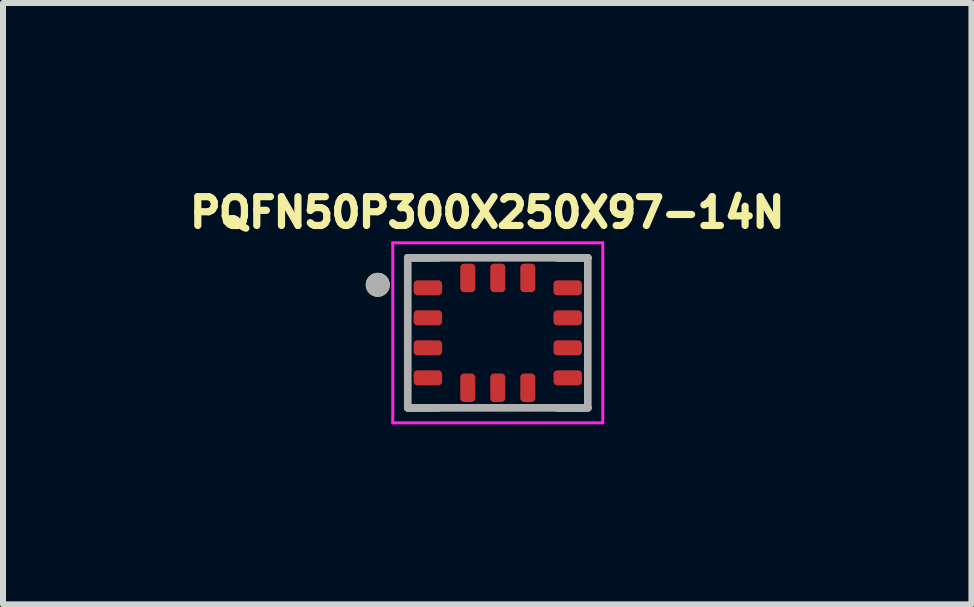
<source format=kicad_pcb>
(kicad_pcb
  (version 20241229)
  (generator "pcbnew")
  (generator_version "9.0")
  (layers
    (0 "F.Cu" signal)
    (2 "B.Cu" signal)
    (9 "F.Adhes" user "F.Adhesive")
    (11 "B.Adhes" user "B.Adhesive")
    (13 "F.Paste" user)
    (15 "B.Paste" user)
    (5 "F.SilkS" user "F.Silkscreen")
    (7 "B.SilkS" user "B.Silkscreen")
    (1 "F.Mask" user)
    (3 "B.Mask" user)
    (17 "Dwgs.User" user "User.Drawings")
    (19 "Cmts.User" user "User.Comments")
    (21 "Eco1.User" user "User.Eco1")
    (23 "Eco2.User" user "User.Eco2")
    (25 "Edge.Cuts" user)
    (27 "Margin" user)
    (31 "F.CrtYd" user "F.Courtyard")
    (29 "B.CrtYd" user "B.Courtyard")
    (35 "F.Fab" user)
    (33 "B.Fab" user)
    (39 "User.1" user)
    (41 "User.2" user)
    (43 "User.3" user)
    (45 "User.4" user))
  (footprint "PQFN50P300X250X97-14N"
    (layer "F.Cu")
    (at 5.245 2.496)
    (property "Reference" "PQFN50P300X250X97-14N" (at -0.176 -2.005 0) (layer "F.SilkS") (effects (font (size 0.48 0.48) (thickness 0.15))))
    (attr smd)
    (fp_poly (pts (xy -0.82 -0.85) (xy -0.82 -0.65) (xy -0.82 -0.643) (xy -0.821 -0.637) (xy -0.822 -0.63) (xy -0.823 -0.624) (xy -0.824 -0.618) (xy -0.826 -0.611) (xy -0.828 -0.605) (xy -0.831 -0.599) (xy -0.834 -0.593) (xy -0.837 -0.588) (xy -0.84 -0.582) (xy -0.844 -0.577) (xy -0.848 -0.571) (xy -0.852 -0.566) (xy -0.857 -0.562) (xy -0.861 -0.557) (xy -0.866 -0.553) (xy -0.872 -0.549) (xy -0.877 -0.545) (xy -0.882 -0.542) (xy -0.888 -0.539) (xy -0.894 -0.536) (xy -0.9 -0.533) (xy -0.906 -0.531) (xy -0.913 -0.529) (xy -0.919 -0.528) (xy -0.925 -0.527) (xy -0.932 -0.526) (xy -0.938 -0.525) (xy -0.945 -0.525) (xy -1.385 -0.525) (xy -1.392 -0.525) (xy -1.398 -0.526) (xy -1.405 -0.527) (xy -1.411 -0.528) (xy -1.417 -0.529) (xy -1.424 -0.531) (xy -1.43 -0.533) (xy -1.436 -0.536) (xy -1.442 -0.539) (xy -1.448 -0.542) (xy -1.453 -0.545) (xy -1.458 -0.549) (xy -1.464 -0.553) (xy -1.469 -0.557) (xy -1.473 -0.562) (xy -1.478 -0.566) (xy -1.482 -0.571) (xy -1.486 -0.577) (xy -1.49 -0.582) (xy -1.493 -0.588) (xy -1.496 -0.593) (xy -1.499 -0.599) (xy -1.502 -0.605) (xy -1.504 -0.611) (xy -1.506 -0.618) (xy -1.507 -0.624) (xy -1.508 -0.63) (xy -1.509 -0.637) (xy -1.51 -0.643) (xy -1.51 -0.65) (xy -1.51 -0.85) (xy -1.51 -0.857) (xy -1.509 -0.863) (xy -1.508 -0.87) (xy -1.507 -0.876) (xy -1.506 -0.882) (xy -1.504 -0.889) (xy -1.502 -0.895) (xy -1.499 -0.901) (xy -1.496 -0.907) (xy -1.493 -0.912) (xy -1.49 -0.918) (xy -1.486 -0.923) (xy -1.482 -0.929) (xy -1.478 -0.934) (xy -1.473 -0.938) (xy -1.469 -0.943) (xy -1.464 -0.947) (xy -1.458 -0.951) (xy -1.453 -0.955) (xy -1.448 -0.958) (xy -1.442 -0.961) (xy -1.436 -0.964) (xy -1.43 -0.967) (xy -1.424 -0.969) (xy -1.417 -0.971) (xy -1.411 -0.972) (xy -1.405 -0.973) (xy -1.398 -0.974) (xy -1.392 -0.975) (xy -1.385 -0.975) (xy -0.945 -0.975) (xy -0.938 -0.975) (xy -0.932 -0.974) (xy -0.925 -0.973) (xy -0.919 -0.972) (xy -0.913 -0.971) (xy -0.906 -0.969) (xy -0.9 -0.967) (xy -0.894 -0.964) (xy -0.888 -0.961) (xy -0.882 -0.958) (xy -0.877 -0.955) (xy -0.872 -0.951) (xy -0.866 -0.947) (xy -0.861 -0.943) (xy -0.857 -0.938) (xy -0.852 -0.934) (xy -0.848 -0.929) (xy -0.844 -0.923) (xy -0.84 -0.918) (xy -0.837 -0.912) (xy -0.834 -0.907) (xy -0.831 -0.901) (xy -0.828 -0.895) (xy -0.826 -0.889) (xy -0.824 -0.882) (xy -0.823 -0.876) (xy -0.822 -0.87) (xy -0.821 -0.863) (xy -0.82 -0.857) (xy -0.82 -0.85)) (stroke (width 0.01) (type solid)) (fill yes) (layer "F.Mask"))
    (fp_poly (pts (xy -0.82 -0.35) (xy -0.82 -0.15) (xy -0.82 -0.143) (xy -0.821 -0.137) (xy -0.822 -0.13) (xy -0.823 -0.124) (xy -0.824 -0.118) (xy -0.826 -0.111) (xy -0.828 -0.105) (xy -0.831 -0.099) (xy -0.834 -0.093) (xy -0.837 -0.088) (xy -0.84 -0.082) (xy -0.844 -0.077) (xy -0.848 -0.071) (xy -0.852 -0.066) (xy -0.857 -0.062) (xy -0.861 -0.057) (xy -0.866 -0.053) (xy -0.872 -0.049) (xy -0.877 -0.045) (xy -0.882 -0.042) (xy -0.888 -0.039) (xy -0.894 -0.036) (xy -0.9 -0.033) (xy -0.906 -0.031) (xy -0.913 -0.029) (xy -0.919 -0.028) (xy -0.925 -0.027) (xy -0.932 -0.026) (xy -0.938 -0.025) (xy -0.945 -0.025) (xy -1.385 -0.025) (xy -1.392 -0.025) (xy -1.398 -0.026) (xy -1.405 -0.027) (xy -1.411 -0.028) (xy -1.417 -0.029) (xy -1.424 -0.031) (xy -1.43 -0.033) (xy -1.436 -0.036) (xy -1.442 -0.039) (xy -1.448 -0.042) (xy -1.453 -0.045) (xy -1.458 -0.049) (xy -1.464 -0.053) (xy -1.469 -0.057) (xy -1.473 -0.062) (xy -1.478 -0.066) (xy -1.482 -0.071) (xy -1.486 -0.077) (xy -1.49 -0.082) (xy -1.493 -0.088) (xy -1.496 -0.093) (xy -1.499 -0.099) (xy -1.502 -0.105) (xy -1.504 -0.111) (xy -1.506 -0.118) (xy -1.507 -0.124) (xy -1.508 -0.13) (xy -1.509 -0.137) (xy -1.51 -0.143) (xy -1.51 -0.15) (xy -1.51 -0.35) (xy -1.51 -0.357) (xy -1.509 -0.363) (xy -1.508 -0.37) (xy -1.507 -0.376) (xy -1.506 -0.382) (xy -1.504 -0.389) (xy -1.502 -0.395) (xy -1.499 -0.401) (xy -1.496 -0.407) (xy -1.493 -0.412) (xy -1.49 -0.418) (xy -1.486 -0.423) (xy -1.482 -0.429) (xy -1.478 -0.434) (xy -1.473 -0.438) (xy -1.469 -0.443) (xy -1.464 -0.447) (xy -1.458 -0.451) (xy -1.453 -0.455) (xy -1.448 -0.458) (xy -1.442 -0.461) (xy -1.436 -0.464) (xy -1.43 -0.467) (xy -1.424 -0.469) (xy -1.417 -0.471) (xy -1.411 -0.472) (xy -1.405 -0.473) (xy -1.398 -0.474) (xy -1.392 -0.475) (xy -1.385 -0.475) (xy -0.945 -0.475) (xy -0.938 -0.475) (xy -0.932 -0.474) (xy -0.925 -0.473) (xy -0.919 -0.472) (xy -0.913 -0.471) (xy -0.906 -0.469) (xy -0.9 -0.467) (xy -0.894 -0.464) (xy -0.888 -0.461) (xy -0.882 -0.458) (xy -0.877 -0.455) (xy -0.872 -0.451) (xy -0.866 -0.447) (xy -0.861 -0.443) (xy -0.857 -0.438) (xy -0.852 -0.434) (xy -0.848 -0.429) (xy -0.844 -0.423) (xy -0.84 -0.418) (xy -0.837 -0.412) (xy -0.834 -0.407) (xy -0.831 -0.401) (xy -0.828 -0.395) (xy -0.826 -0.389) (xy -0.824 -0.382) (xy -0.823 -0.376) (xy -0.822 -0.37) (xy -0.821 -0.363) (xy -0.82 -0.357) (xy -0.82 -0.35)) (stroke (width 0.01) (type solid)) (fill yes) (layer "F.Mask"))
    (fp_poly (pts (xy -0.82 0.15) (xy -0.82 0.35) (xy -0.82 0.357) (xy -0.821 0.363) (xy -0.822 0.37) (xy -0.823 0.376) (xy -0.824 0.382) (xy -0.826 0.389) (xy -0.828 0.395) (xy -0.831 0.401) (xy -0.834 0.407) (xy -0.837 0.412) (xy -0.84 0.418) (xy -0.844 0.423) (xy -0.848 0.429) (xy -0.852 0.434) (xy -0.857 0.438) (xy -0.861 0.443) (xy -0.866 0.447) (xy -0.872 0.451) (xy -0.877 0.455) (xy -0.882 0.458) (xy -0.888 0.461) (xy -0.894 0.464) (xy -0.9 0.467) (xy -0.906 0.469) (xy -0.913 0.471) (xy -0.919 0.472) (xy -0.925 0.473) (xy -0.932 0.474) (xy -0.938 0.475) (xy -0.945 0.475) (xy -1.385 0.475) (xy -1.392 0.475) (xy -1.398 0.474) (xy -1.405 0.473) (xy -1.411 0.472) (xy -1.417 0.471) (xy -1.424 0.469) (xy -1.43 0.467) (xy -1.436 0.464) (xy -1.442 0.461) (xy -1.448 0.458) (xy -1.453 0.455) (xy -1.458 0.451) (xy -1.464 0.447) (xy -1.469 0.443) (xy -1.473 0.438) (xy -1.478 0.434) (xy -1.482 0.429) (xy -1.486 0.423) (xy -1.49 0.418) (xy -1.493 0.412) (xy -1.496 0.407) (xy -1.499 0.401) (xy -1.502 0.395) (xy -1.504 0.389) (xy -1.506 0.382) (xy -1.507 0.376) (xy -1.508 0.37) (xy -1.509 0.363) (xy -1.51 0.357) (xy -1.51 0.35) (xy -1.51 0.15) (xy -1.51 0.143) (xy -1.509 0.137) (xy -1.508 0.13) (xy -1.507 0.124) (xy -1.506 0.118) (xy -1.504 0.111) (xy -1.502 0.105) (xy -1.499 0.099) (xy -1.496 0.093) (xy -1.493 0.088) (xy -1.49 0.082) (xy -1.486 0.077) (xy -1.482 0.071) (xy -1.478 0.066) (xy -1.473 0.062) (xy -1.469 0.057) (xy -1.464 0.053) (xy -1.458 0.049) (xy -1.453 0.045) (xy -1.448 0.042) (xy -1.442 0.039) (xy -1.436 0.036) (xy -1.43 0.033) (xy -1.424 0.031) (xy -1.417 0.029) (xy -1.411 0.028) (xy -1.405 0.027) (xy -1.398 0.026) (xy -1.392 0.025) (xy -1.385 0.025) (xy -0.945 0.025) (xy -0.938 0.025) (xy -0.932 0.026) (xy -0.925 0.027) (xy -0.919 0.028) (xy -0.913 0.029) (xy -0.906 0.031) (xy -0.9 0.033) (xy -0.894 0.036) (xy -0.888 0.039) (xy -0.882 0.042) (xy -0.877 0.045) (xy -0.872 0.049) (xy -0.866 0.053) (xy -0.861 0.057) (xy -0.857 0.062) (xy -0.852 0.066) (xy -0.848 0.071) (xy -0.844 0.077) (xy -0.84 0.082) (xy -0.837 0.088) (xy -0.834 0.093) (xy -0.831 0.099) (xy -0.828 0.105) (xy -0.826 0.111) (xy -0.824 0.118) (xy -0.823 0.124) (xy -0.822 0.13) (xy -0.821 0.137) (xy -0.82 0.143) (xy -0.82 0.15)) (stroke (width 0.01) (type solid)) (fill yes) (layer "F.Mask"))
    (fp_poly (pts (xy -0.82 0.65) (xy -0.82 0.85) (xy -0.82 0.857) (xy -0.821 0.863) (xy -0.822 0.87) (xy -0.823 0.876) (xy -0.824 0.882) (xy -0.826 0.889) (xy -0.828 0.895) (xy -0.831 0.901) (xy -0.834 0.907) (xy -0.837 0.912) (xy -0.84 0.918) (xy -0.844 0.923) (xy -0.848 0.929) (xy -0.852 0.934) (xy -0.857 0.938) (xy -0.861 0.943) (xy -0.866 0.947) (xy -0.872 0.951) (xy -0.877 0.955) (xy -0.882 0.958) (xy -0.888 0.961) (xy -0.894 0.964) (xy -0.9 0.967) (xy -0.906 0.969) (xy -0.913 0.971) (xy -0.919 0.972) (xy -0.925 0.973) (xy -0.932 0.974) (xy -0.938 0.975) (xy -0.945 0.975) (xy -1.385 0.975) (xy -1.392 0.975) (xy -1.398 0.974) (xy -1.405 0.973) (xy -1.411 0.972) (xy -1.417 0.971) (xy -1.424 0.969) (xy -1.43 0.967) (xy -1.436 0.964) (xy -1.442 0.961) (xy -1.448 0.958) (xy -1.453 0.955) (xy -1.458 0.951) (xy -1.464 0.947) (xy -1.469 0.943) (xy -1.473 0.938) (xy -1.478 0.934) (xy -1.482 0.929) (xy -1.486 0.923) (xy -1.49 0.918) (xy -1.493 0.912) (xy -1.496 0.907) (xy -1.499 0.901) (xy -1.502 0.895) (xy -1.504 0.889) (xy -1.506 0.882) (xy -1.507 0.876) (xy -1.508 0.87) (xy -1.509 0.863) (xy -1.51 0.857) (xy -1.51 0.85) (xy -1.51 0.65) (xy -1.51 0.643) (xy -1.509 0.637) (xy -1.508 0.63) (xy -1.507 0.624) (xy -1.506 0.618) (xy -1.504 0.611) (xy -1.502 0.605) (xy -1.499 0.599) (xy -1.496 0.593) (xy -1.493 0.588) (xy -1.49 0.582) (xy -1.486 0.577) (xy -1.482 0.571) (xy -1.478 0.566) (xy -1.473 0.562) (xy -1.469 0.557) (xy -1.464 0.553) (xy -1.458 0.549) (xy -1.453 0.545) (xy -1.448 0.542) (xy -1.442 0.539) (xy -1.436 0.536) (xy -1.43 0.533) (xy -1.424 0.531) (xy -1.417 0.529) (xy -1.411 0.528) (xy -1.405 0.527) (xy -1.398 0.526) (xy -1.392 0.525) (xy -1.385 0.525) (xy -0.945 0.525) (xy -0.938 0.525) (xy -0.932 0.526) (xy -0.925 0.527) (xy -0.919 0.528) (xy -0.913 0.529) (xy -0.906 0.531) (xy -0.9 0.533) (xy -0.894 0.536) (xy -0.888 0.539) (xy -0.882 0.542) (xy -0.877 0.545) (xy -0.872 0.549) (xy -0.866 0.553) (xy -0.861 0.557) (xy -0.857 0.562) (xy -0.852 0.566) (xy -0.848 0.571) (xy -0.844 0.577) (xy -0.84 0.582) (xy -0.837 0.588) (xy -0.834 0.593) (xy -0.831 0.599) (xy -0.828 0.605) (xy -0.826 0.611) (xy -0.824 0.618) (xy -0.823 0.624) (xy -0.822 0.63) (xy -0.821 0.637) (xy -0.82 0.643) (xy -0.82 0.65)) (stroke (width 0.01) (type solid)) (fill yes) (layer "F.Mask"))
    (fp_poly (pts (xy -0.6 -1.26) (xy -0.4 -1.26) (xy -0.393 -1.26) (xy -0.387 -1.259) (xy -0.38 -1.258) (xy -0.374 -1.257) (xy -0.368 -1.256) (xy -0.361 -1.254) (xy -0.355 -1.252) (xy -0.349 -1.249) (xy -0.343 -1.246) (xy -0.338 -1.243) (xy -0.332 -1.24) (xy -0.327 -1.236) (xy -0.321 -1.232) (xy -0.316 -1.228) (xy -0.312 -1.223) (xy -0.307 -1.219) (xy -0.303 -1.214) (xy -0.299 -1.208) (xy -0.295 -1.203) (xy -0.292 -1.198) (xy -0.289 -1.192) (xy -0.286 -1.186) (xy -0.283 -1.18) (xy -0.281 -1.174) (xy -0.279 -1.167) (xy -0.278 -1.161) (xy -0.277 -1.155) (xy -0.276 -1.148) (xy -0.275 -1.142) (xy -0.275 -1.135) (xy -0.275 -0.695) (xy -0.275 -0.688) (xy -0.276 -0.682) (xy -0.277 -0.675) (xy -0.278 -0.669) (xy -0.279 -0.663) (xy -0.281 -0.656) (xy -0.283 -0.65) (xy -0.286 -0.644) (xy -0.289 -0.638) (xy -0.292 -0.632) (xy -0.295 -0.627) (xy -0.299 -0.622) (xy -0.303 -0.616) (xy -0.307 -0.611) (xy -0.312 -0.607) (xy -0.316 -0.602) (xy -0.321 -0.598) (xy -0.327 -0.594) (xy -0.332 -0.59) (xy -0.338 -0.587) (xy -0.343 -0.584) (xy -0.349 -0.581) (xy -0.355 -0.578) (xy -0.361 -0.576) (xy -0.368 -0.574) (xy -0.374 -0.573) (xy -0.38 -0.572) (xy -0.387 -0.571) (xy -0.393 -0.57) (xy -0.4 -0.57) (xy -0.6 -0.57) (xy -0.607 -0.57) (xy -0.613 -0.571) (xy -0.62 -0.572) (xy -0.626 -0.573) (xy -0.632 -0.574) (xy -0.639 -0.576) (xy -0.645 -0.578) (xy -0.651 -0.581) (xy -0.657 -0.584) (xy -0.663 -0.587) (xy -0.668 -0.59) (xy -0.673 -0.594) (xy -0.679 -0.598) (xy -0.684 -0.602) (xy -0.688 -0.607) (xy -0.693 -0.611) (xy -0.697 -0.616) (xy -0.701 -0.622) (xy -0.705 -0.627) (xy -0.708 -0.632) (xy -0.711 -0.638) (xy -0.714 -0.644) (xy -0.717 -0.65) (xy -0.719 -0.656) (xy -0.721 -0.663) (xy -0.722 -0.669) (xy -0.723 -0.675) (xy -0.724 -0.682) (xy -0.725 -0.688) (xy -0.725 -0.695) (xy -0.725 -1.135) (xy -0.725 -1.142) (xy -0.724 -1.148) (xy -0.723 -1.155) (xy -0.722 -1.161) (xy -0.721 -1.167) (xy -0.719 -1.174) (xy -0.717 -1.18) (xy -0.714 -1.186) (xy -0.711 -1.192) (xy -0.708 -1.198) (xy -0.705 -1.203) (xy -0.701 -1.208) (xy -0.697 -1.214) (xy -0.693 -1.219) (xy -0.688 -1.223) (xy -0.684 -1.228) (xy -0.679 -1.232) (xy -0.673 -1.236) (xy -0.668 -1.24) (xy -0.662 -1.243) (xy -0.657 -1.246) (xy -0.651 -1.249) (xy -0.645 -1.252) (xy -0.639 -1.254) (xy -0.632 -1.256) (xy -0.626 -1.257) (xy -0.62 -1.258) (xy -0.613 -1.259) (xy -0.607 -1.26) (xy -0.6 -1.26)) (stroke (width 0.01) (type solid)) (fill yes) (layer "F.Mask"))
    (fp_poly (pts (xy -0.6 0.57) (xy -0.4 0.57) (xy -0.393 0.57) (xy -0.387 0.571) (xy -0.38 0.572) (xy -0.374 0.573) (xy -0.368 0.574) (xy -0.361 0.576) (xy -0.355 0.578) (xy -0.349 0.581) (xy -0.343 0.584) (xy -0.338 0.587) (xy -0.332 0.59) (xy -0.327 0.594) (xy -0.321 0.598) (xy -0.316 0.602) (xy -0.312 0.607) (xy -0.307 0.611) (xy -0.303 0.616) (xy -0.299 0.622) (xy -0.295 0.627) (xy -0.292 0.632) (xy -0.289 0.638) (xy -0.286 0.644) (xy -0.283 0.65) (xy -0.281 0.656) (xy -0.279 0.663) (xy -0.278 0.669) (xy -0.277 0.675) (xy -0.276 0.682) (xy -0.275 0.688) (xy -0.275 0.695) (xy -0.275 1.135) (xy -0.275 1.142) (xy -0.276 1.148) (xy -0.277 1.155) (xy -0.278 1.161) (xy -0.279 1.167) (xy -0.281 1.174) (xy -0.283 1.18) (xy -0.286 1.186) (xy -0.289 1.192) (xy -0.292 1.198) (xy -0.295 1.203) (xy -0.299 1.208) (xy -0.303 1.214) (xy -0.307 1.219) (xy -0.312 1.223) (xy -0.316 1.228) (xy -0.321 1.232) (xy -0.327 1.236) (xy -0.332 1.24) (xy -0.338 1.243) (xy -0.343 1.246) (xy -0.349 1.249) (xy -0.355 1.252) (xy -0.361 1.254) (xy -0.368 1.256) (xy -0.374 1.257) (xy -0.38 1.258) (xy -0.387 1.259) (xy -0.393 1.26) (xy -0.4 1.26) (xy -0.6 1.26) (xy -0.607 1.26) (xy -0.613 1.259) (xy -0.62 1.258) (xy -0.626 1.257) (xy -0.632 1.256) (xy -0.639 1.254) (xy -0.645 1.252) (xy -0.651 1.249) (xy -0.657 1.246) (xy -0.663 1.243) (xy -0.668 1.24) (xy -0.673 1.236) (xy -0.679 1.232) (xy -0.684 1.228) (xy -0.688 1.223) (xy -0.693 1.219) (xy -0.697 1.214) (xy -0.701 1.208) (xy -0.705 1.203) (xy -0.708 1.198) (xy -0.711 1.192) (xy -0.714 1.186) (xy -0.717 1.18) (xy -0.719 1.174) (xy -0.721 1.167) (xy -0.722 1.161) (xy -0.723 1.155) (xy -0.724 1.148) (xy -0.725 1.142) (xy -0.725 1.135) (xy -0.725 0.695) (xy -0.725 0.688) (xy -0.724 0.682) (xy -0.723 0.675) (xy -0.722 0.669) (xy -0.721 0.663) (xy -0.719 0.656) (xy -0.717 0.65) (xy -0.714 0.644) (xy -0.711 0.638) (xy -0.708 0.632) (xy -0.705 0.627) (xy -0.701 0.622) (xy -0.697 0.616) (xy -0.693 0.611) (xy -0.688 0.607) (xy -0.684 0.602) (xy -0.679 0.598) (xy -0.673 0.594) (xy -0.668 0.59) (xy -0.662 0.587) (xy -0.657 0.584) (xy -0.651 0.581) (xy -0.645 0.578) (xy -0.639 0.576) (xy -0.632 0.574) (xy -0.626 0.573) (xy -0.62 0.572) (xy -0.613 0.571) (xy -0.607 0.57) (xy -0.6 0.57)) (stroke (width 0.01) (type solid)) (fill yes) (layer "F.Mask"))
    (fp_poly (pts (xy -0.1 -1.26) (xy 0.1 -1.26) (xy 0.107 -1.26) (xy 0.113 -1.259) (xy 0.12 -1.258) (xy 0.126 -1.257) (xy 0.132 -1.256) (xy 0.139 -1.254) (xy 0.145 -1.252) (xy 0.151 -1.249) (xy 0.157 -1.246) (xy 0.163 -1.243) (xy 0.168 -1.24) (xy 0.173 -1.236) (xy 0.179 -1.232) (xy 0.184 -1.228) (xy 0.188 -1.223) (xy 0.193 -1.219) (xy 0.197 -1.214) (xy 0.201 -1.208) (xy 0.205 -1.203) (xy 0.208 -1.198) (xy 0.211 -1.192) (xy 0.214 -1.186) (xy 0.217 -1.18) (xy 0.219 -1.174) (xy 0.221 -1.167) (xy 0.222 -1.161) (xy 0.223 -1.155) (xy 0.224 -1.148) (xy 0.225 -1.142) (xy 0.225 -1.135) (xy 0.225 -0.695) (xy 0.225 -0.688) (xy 0.224 -0.682) (xy 0.223 -0.675) (xy 0.222 -0.669) (xy 0.221 -0.663) (xy 0.219 -0.656) (xy 0.217 -0.65) (xy 0.214 -0.644) (xy 0.211 -0.638) (xy 0.208 -0.632) (xy 0.205 -0.627) (xy 0.201 -0.622) (xy 0.197 -0.616) (xy 0.193 -0.611) (xy 0.188 -0.607) (xy 0.184 -0.602) (xy 0.179 -0.598) (xy 0.173 -0.594) (xy 0.168 -0.59) (xy 0.163 -0.587) (xy 0.157 -0.584) (xy 0.151 -0.581) (xy 0.145 -0.578) (xy 0.139 -0.576) (xy 0.132 -0.574) (xy 0.126 -0.573) (xy 0.12 -0.572) (xy 0.113 -0.571) (xy 0.107 -0.57) (xy 0.1 -0.57) (xy -0.1 -0.57) (xy -0.107 -0.57) (xy -0.113 -0.571) (xy -0.12 -0.572) (xy -0.126 -0.573) (xy -0.132 -0.574) (xy -0.139 -0.576) (xy -0.145 -0.578) (xy -0.151 -0.581) (xy -0.157 -0.584) (xy -0.163 -0.587) (xy -0.168 -0.59) (xy -0.173 -0.594) (xy -0.179 -0.598) (xy -0.184 -0.602) (xy -0.188 -0.607) (xy -0.193 -0.611) (xy -0.197 -0.616) (xy -0.201 -0.622) (xy -0.205 -0.627) (xy -0.208 -0.632) (xy -0.211 -0.638) (xy -0.214 -0.644) (xy -0.217 -0.65) (xy -0.219 -0.656) (xy -0.221 -0.663) (xy -0.222 -0.669) (xy -0.223 -0.675) (xy -0.224 -0.682) (xy -0.225 -0.688) (xy -0.225 -0.695) (xy -0.225 -1.135) (xy -0.225 -1.142) (xy -0.224 -1.148) (xy -0.223 -1.155) (xy -0.222 -1.161) (xy -0.221 -1.167) (xy -0.219 -1.174) (xy -0.217 -1.18) (xy -0.214 -1.186) (xy -0.211 -1.192) (xy -0.208 -1.198) (xy -0.205 -1.203) (xy -0.201 -1.208) (xy -0.197 -1.214) (xy -0.193 -1.219) (xy -0.188 -1.223) (xy -0.184 -1.228) (xy -0.179 -1.232) (xy -0.173 -1.236) (xy -0.168 -1.24) (xy -0.162 -1.243) (xy -0.157 -1.246) (xy -0.151 -1.249) (xy -0.145 -1.252) (xy -0.139 -1.254) (xy -0.132 -1.256) (xy -0.126 -1.257) (xy -0.12 -1.258) (xy -0.113 -1.259) (xy -0.107 -1.26) (xy -0.1 -1.26)) (stroke (width 0.01) (type solid)) (fill yes) (layer "F.Mask"))
    (fp_poly (pts (xy -0.1 0.57) (xy 0.1 0.57) (xy 0.107 0.57) (xy 0.113 0.571) (xy 0.12 0.572) (xy 0.126 0.573) (xy 0.132 0.574) (xy 0.139 0.576) (xy 0.145 0.578) (xy 0.151 0.581) (xy 0.157 0.584) (xy 0.163 0.587) (xy 0.168 0.59) (xy 0.173 0.594) (xy 0.179 0.598) (xy 0.184 0.602) (xy 0.188 0.607) (xy 0.193 0.611) (xy 0.197 0.616) (xy 0.201 0.622) (xy 0.205 0.627) (xy 0.208 0.632) (xy 0.211 0.638) (xy 0.214 0.644) (xy 0.217 0.65) (xy 0.219 0.656) (xy 0.221 0.663) (xy 0.222 0.669) (xy 0.223 0.675) (xy 0.224 0.682) (xy 0.225 0.688) (xy 0.225 0.695) (xy 0.225 1.135) (xy 0.225 1.142) (xy 0.224 1.148) (xy 0.223 1.155) (xy 0.222 1.161) (xy 0.221 1.167) (xy 0.219 1.174) (xy 0.217 1.18) (xy 0.214 1.186) (xy 0.211 1.192) (xy 0.208 1.198) (xy 0.205 1.203) (xy 0.201 1.208) (xy 0.197 1.214) (xy 0.193 1.219) (xy 0.188 1.223) (xy 0.184 1.228) (xy 0.179 1.232) (xy 0.173 1.236) (xy 0.168 1.24) (xy 0.163 1.243) (xy 0.157 1.246) (xy 0.151 1.249) (xy 0.145 1.252) (xy 0.139 1.254) (xy 0.132 1.256) (xy 0.126 1.257) (xy 0.12 1.258) (xy 0.113 1.259) (xy 0.107 1.26) (xy 0.1 1.26) (xy -0.1 1.26) (xy -0.107 1.26) (xy -0.113 1.259) (xy -0.12 1.258) (xy -0.126 1.257) (xy -0.132 1.256) (xy -0.139 1.254) (xy -0.145 1.252) (xy -0.151 1.249) (xy -0.157 1.246) (xy -0.163 1.243) (xy -0.168 1.24) (xy -0.173 1.236) (xy -0.179 1.232) (xy -0.184 1.228) (xy -0.188 1.223) (xy -0.193 1.219) (xy -0.197 1.214) (xy -0.201 1.208) (xy -0.205 1.203) (xy -0.208 1.198) (xy -0.211 1.192) (xy -0.214 1.186) (xy -0.217 1.18) (xy -0.219 1.174) (xy -0.221 1.167) (xy -0.222 1.161) (xy -0.223 1.155) (xy -0.224 1.148) (xy -0.225 1.142) (xy -0.225 1.135) (xy -0.225 0.695) (xy -0.225 0.688) (xy -0.224 0.682) (xy -0.223 0.675) (xy -0.222 0.669) (xy -0.221 0.663) (xy -0.219 0.656) (xy -0.217 0.65) (xy -0.214 0.644) (xy -0.211 0.638) (xy -0.208 0.632) (xy -0.205 0.627) (xy -0.201 0.622) (xy -0.197 0.616) (xy -0.193 0.611) (xy -0.188 0.607) (xy -0.184 0.602) (xy -0.179 0.598) (xy -0.173 0.594) (xy -0.168 0.59) (xy -0.162 0.587) (xy -0.157 0.584) (xy -0.151 0.581) (xy -0.145 0.578) (xy -0.139 0.576) (xy -0.132 0.574) (xy -0.126 0.573) (xy -0.12 0.572) (xy -0.113 0.571) (xy -0.107 0.57) (xy -0.1 0.57)) (stroke (width 0.01) (type solid)) (fill yes) (layer "F.Mask"))
    (fp_poly (pts (xy 0.4 -1.26) (xy 0.6 -1.26) (xy 0.607 -1.26) (xy 0.613 -1.259) (xy 0.62 -1.258) (xy 0.626 -1.257) (xy 0.632 -1.256) (xy 0.639 -1.254) (xy 0.645 -1.252) (xy 0.651 -1.249) (xy 0.657 -1.246) (xy 0.662 -1.243) (xy 0.668 -1.24) (xy 0.673 -1.236) (xy 0.679 -1.232) (xy 0.684 -1.228) (xy 0.688 -1.223) (xy 0.693 -1.219) (xy 0.697 -1.214) (xy 0.701 -1.208) (xy 0.705 -1.203) (xy 0.708 -1.198) (xy 0.711 -1.192) (xy 0.714 -1.186) (xy 0.717 -1.18) (xy 0.719 -1.174) (xy 0.721 -1.167) (xy 0.722 -1.161) (xy 0.723 -1.155) (xy 0.724 -1.148) (xy 0.725 -1.142) (xy 0.725 -1.135) (xy 0.725 -0.695) (xy 0.725 -0.688) (xy 0.724 -0.682) (xy 0.723 -0.675) (xy 0.722 -0.669) (xy 0.721 -0.663) (xy 0.719 -0.656) (xy 0.717 -0.65) (xy 0.714 -0.644) (xy 0.711 -0.638) (xy 0.708 -0.632) (xy 0.705 -0.627) (xy 0.701 -0.622) (xy 0.697 -0.616) (xy 0.693 -0.611) (xy 0.688 -0.607) (xy 0.684 -0.602) (xy 0.679 -0.598) (xy 0.673 -0.594) (xy 0.668 -0.59) (xy 0.662 -0.587) (xy 0.657 -0.584) (xy 0.651 -0.581) (xy 0.645 -0.578) (xy 0.639 -0.576) (xy 0.632 -0.574) (xy 0.626 -0.573) (xy 0.62 -0.572) (xy 0.613 -0.571) (xy 0.607 -0.57) (xy 0.6 -0.57) (xy 0.4 -0.57) (xy 0.393 -0.57) (xy 0.387 -0.571) (xy 0.38 -0.572) (xy 0.374 -0.573) (xy 0.368 -0.574) (xy 0.361 -0.576) (xy 0.355 -0.578) (xy 0.349 -0.581) (xy 0.343 -0.584) (xy 0.337 -0.587) (xy 0.332 -0.59) (xy 0.327 -0.594) (xy 0.321 -0.598) (xy 0.316 -0.602) (xy 0.312 -0.607) (xy 0.307 -0.611) (xy 0.303 -0.616) (xy 0.299 -0.622) (xy 0.295 -0.627) (xy 0.292 -0.632) (xy 0.289 -0.638) (xy 0.286 -0.644) (xy 0.283 -0.65) (xy 0.281 -0.656) (xy 0.279 -0.663) (xy 0.278 -0.669) (xy 0.277 -0.675) (xy 0.276 -0.682) (xy 0.275 -0.688) (xy 0.275 -0.695) (xy 0.275 -1.135) (xy 0.275 -1.142) (xy 0.276 -1.148) (xy 0.277 -1.155) (xy 0.278 -1.161) (xy 0.279 -1.167) (xy 0.281 -1.174) (xy 0.283 -1.18) (xy 0.286 -1.186) (xy 0.289 -1.192) (xy 0.292 -1.198) (xy 0.295 -1.203) (xy 0.299 -1.208) (xy 0.303 -1.214) (xy 0.307 -1.219) (xy 0.312 -1.223) (xy 0.316 -1.228) (xy 0.321 -1.232) (xy 0.327 -1.236) (xy 0.332 -1.24) (xy 0.338 -1.243) (xy 0.343 -1.246) (xy 0.349 -1.249) (xy 0.355 -1.252) (xy 0.361 -1.254) (xy 0.368 -1.256) (xy 0.374 -1.257) (xy 0.38 -1.258) (xy 0.387 -1.259) (xy 0.393 -1.26) (xy 0.4 -1.26)) (stroke (width 0.01) (type solid)) (fill yes) (layer "F.Mask"))
    (fp_poly (pts (xy 0.4 0.57) (xy 0.6 0.57) (xy 0.607 0.57) (xy 0.613 0.571) (xy 0.62 0.572) (xy 0.626 0.573) (xy 0.632 0.574) (xy 0.639 0.576) (xy 0.645 0.578) (xy 0.651 0.581) (xy 0.657 0.584) (xy 0.662 0.587) (xy 0.668 0.59) (xy 0.673 0.594) (xy 0.679 0.598) (xy 0.684 0.602) (xy 0.688 0.607) (xy 0.693 0.611) (xy 0.697 0.616) (xy 0.701 0.622) (xy 0.705 0.627) (xy 0.708 0.632) (xy 0.711 0.638) (xy 0.714 0.644) (xy 0.717 0.65) (xy 0.719 0.656) (xy 0.721 0.663) (xy 0.722 0.669) (xy 0.723 0.675) (xy 0.724 0.682) (xy 0.725 0.688) (xy 0.725 0.695) (xy 0.725 1.135) (xy 0.725 1.142) (xy 0.724 1.148) (xy 0.723 1.155) (xy 0.722 1.161) (xy 0.721 1.167) (xy 0.719 1.174) (xy 0.717 1.18) (xy 0.714 1.186) (xy 0.711 1.192) (xy 0.708 1.198) (xy 0.705 1.203) (xy 0.701 1.208) (xy 0.697 1.214) (xy 0.693 1.219) (xy 0.688 1.223) (xy 0.684 1.228) (xy 0.679 1.232) (xy 0.673 1.236) (xy 0.668 1.24) (xy 0.662 1.243) (xy 0.657 1.246) (xy 0.651 1.249) (xy 0.645 1.252) (xy 0.639 1.254) (xy 0.632 1.256) (xy 0.626 1.257) (xy 0.62 1.258) (xy 0.613 1.259) (xy 0.607 1.26) (xy 0.6 1.26) (xy 0.4 1.26) (xy 0.393 1.26) (xy 0.387 1.259) (xy 0.38 1.258) (xy 0.374 1.257) (xy 0.368 1.256) (xy 0.361 1.254) (xy 0.355 1.252) (xy 0.349 1.249) (xy 0.343 1.246) (xy 0.337 1.243) (xy 0.332 1.24) (xy 0.327 1.236) (xy 0.321 1.232) (xy 0.316 1.228) (xy 0.312 1.223) (xy 0.307 1.219) (xy 0.303 1.214) (xy 0.299 1.208) (xy 0.295 1.203) (xy 0.292 1.198) (xy 0.289 1.192) (xy 0.286 1.186) (xy 0.283 1.18) (xy 0.281 1.174) (xy 0.279 1.167) (xy 0.278 1.161) (xy 0.277 1.155) (xy 0.276 1.148) (xy 0.275 1.142) (xy 0.275 1.135) (xy 0.275 0.695) (xy 0.275 0.688) (xy 0.276 0.682) (xy 0.277 0.675) (xy 0.278 0.669) (xy 0.279 0.663) (xy 0.281 0.656) (xy 0.283 0.65) (xy 0.286 0.644) (xy 0.289 0.638) (xy 0.292 0.632) (xy 0.295 0.627) (xy 0.299 0.622) (xy 0.303 0.616) (xy 0.307 0.611) (xy 0.312 0.607) (xy 0.316 0.602) (xy 0.321 0.598) (xy 0.327 0.594) (xy 0.332 0.59) (xy 0.338 0.587) (xy 0.343 0.584) (xy 0.349 0.581) (xy 0.355 0.578) (xy 0.361 0.576) (xy 0.368 0.574) (xy 0.374 0.573) (xy 0.38 0.572) (xy 0.387 0.571) (xy 0.393 0.57) (xy 0.4 0.57)) (stroke (width 0.01) (type solid)) (fill yes) (layer "F.Mask"))
    (fp_poly (pts (xy 1.51 -0.85) (xy 1.51 -0.65) (xy 1.51 -0.643) (xy 1.509 -0.637) (xy 1.508 -0.63) (xy 1.507 -0.624) (xy 1.506 -0.618) (xy 1.504 -0.611) (xy 1.502 -0.605) (xy 1.499 -0.599) (xy 1.496 -0.593) (xy 1.493 -0.588) (xy 1.49 -0.582) (xy 1.486 -0.577) (xy 1.482 -0.571) (xy 1.478 -0.566) (xy 1.473 -0.562) (xy 1.469 -0.557) (xy 1.464 -0.553) (xy 1.458 -0.549) (xy 1.453 -0.545) (xy 1.448 -0.542) (xy 1.442 -0.539) (xy 1.436 -0.536) (xy 1.43 -0.533) (xy 1.424 -0.531) (xy 1.417 -0.529) (xy 1.411 -0.528) (xy 1.405 -0.527) (xy 1.398 -0.526) (xy 1.392 -0.525) (xy 1.385 -0.525) (xy 0.945 -0.525) (xy 0.938 -0.525) (xy 0.932 -0.526) (xy 0.925 -0.527) (xy 0.919 -0.528) (xy 0.913 -0.529) (xy 0.906 -0.531) (xy 0.9 -0.533) (xy 0.894 -0.536) (xy 0.888 -0.539) (xy 0.882 -0.542) (xy 0.877 -0.545) (xy 0.872 -0.549) (xy 0.866 -0.553) (xy 0.861 -0.557) (xy 0.857 -0.562) (xy 0.852 -0.566) (xy 0.848 -0.571) (xy 0.844 -0.577) (xy 0.84 -0.582) (xy 0.837 -0.588) (xy 0.834 -0.593) (xy 0.831 -0.599) (xy 0.828 -0.605) (xy 0.826 -0.611) (xy 0.824 -0.618) (xy 0.823 -0.624) (xy 0.822 -0.63) (xy 0.821 -0.637) (xy 0.82 -0.643) (xy 0.82 -0.65) (xy 0.82 -0.85) (xy 0.82 -0.857) (xy 0.821 -0.863) (xy 0.822 -0.87) (xy 0.823 -0.876) (xy 0.824 -0.882) (xy 0.826 -0.889) (xy 0.828 -0.895) (xy 0.831 -0.901) (xy 0.834 -0.907) (xy 0.837 -0.912) (xy 0.84 -0.918) (xy 0.844 -0.923) (xy 0.848 -0.929) (xy 0.852 -0.934) (xy 0.857 -0.938) (xy 0.861 -0.943) (xy 0.866 -0.947) (xy 0.872 -0.951) (xy 0.877 -0.955) (xy 0.882 -0.958) (xy 0.888 -0.961) (xy 0.894 -0.964) (xy 0.9 -0.967) (xy 0.906 -0.969) (xy 0.913 -0.971) (xy 0.919 -0.972) (xy 0.925 -0.973) (xy 0.932 -0.974) (xy 0.938 -0.975) (xy 0.945 -0.975) (xy 1.385 -0.975) (xy 1.392 -0.975) (xy 1.398 -0.974) (xy 1.405 -0.973) (xy 1.411 -0.972) (xy 1.417 -0.971) (xy 1.424 -0.969) (xy 1.43 -0.967) (xy 1.436 -0.964) (xy 1.442 -0.961) (xy 1.448 -0.958) (xy 1.453 -0.955) (xy 1.458 -0.951) (xy 1.464 -0.947) (xy 1.469 -0.943) (xy 1.473 -0.938) (xy 1.478 -0.934) (xy 1.482 -0.929) (xy 1.486 -0.923) (xy 1.49 -0.918) (xy 1.493 -0.912) (xy 1.496 -0.907) (xy 1.499 -0.901) (xy 1.502 -0.895) (xy 1.504 -0.889) (xy 1.506 -0.882) (xy 1.507 -0.876) (xy 1.508 -0.87) (xy 1.509 -0.863) (xy 1.51 -0.857) (xy 1.51 -0.85)) (stroke (width 0.01) (type solid)) (fill yes) (layer "F.Mask"))
    (fp_poly (pts (xy 1.51 -0.35) (xy 1.51 -0.15) (xy 1.51 -0.143) (xy 1.509 -0.137) (xy 1.508 -0.13) (xy 1.507 -0.124) (xy 1.506 -0.118) (xy 1.504 -0.111) (xy 1.502 -0.105) (xy 1.499 -0.099) (xy 1.496 -0.093) (xy 1.493 -0.088) (xy 1.49 -0.082) (xy 1.486 -0.077) (xy 1.482 -0.071) (xy 1.478 -0.066) (xy 1.473 -0.062) (xy 1.469 -0.057) (xy 1.464 -0.053) (xy 1.458 -0.049) (xy 1.453 -0.045) (xy 1.448 -0.042) (xy 1.442 -0.039) (xy 1.436 -0.036) (xy 1.43 -0.033) (xy 1.424 -0.031) (xy 1.417 -0.029) (xy 1.411 -0.028) (xy 1.405 -0.027) (xy 1.398 -0.026) (xy 1.392 -0.025) (xy 1.385 -0.025) (xy 0.945 -0.025) (xy 0.938 -0.025) (xy 0.932 -0.026) (xy 0.925 -0.027) (xy 0.919 -0.028) (xy 0.913 -0.029) (xy 0.906 -0.031) (xy 0.9 -0.033) (xy 0.894 -0.036) (xy 0.888 -0.039) (xy 0.882 -0.042) (xy 0.877 -0.045) (xy 0.872 -0.049) (xy 0.866 -0.053) (xy 0.861 -0.057) (xy 0.857 -0.062) (xy 0.852 -0.066) (xy 0.848 -0.071) (xy 0.844 -0.077) (xy 0.84 -0.082) (xy 0.837 -0.088) (xy 0.834 -0.093) (xy 0.831 -0.099) (xy 0.828 -0.105) (xy 0.826 -0.111) (xy 0.824 -0.118) (xy 0.823 -0.124) (xy 0.822 -0.13) (xy 0.821 -0.137) (xy 0.82 -0.143) (xy 0.82 -0.15) (xy 0.82 -0.35) (xy 0.82 -0.357) (xy 0.821 -0.363) (xy 0.822 -0.37) (xy 0.823 -0.376) (xy 0.824 -0.382) (xy 0.826 -0.389) (xy 0.828 -0.395) (xy 0.831 -0.401) (xy 0.834 -0.407) (xy 0.837 -0.412) (xy 0.84 -0.418) (xy 0.844 -0.423) (xy 0.848 -0.429) (xy 0.852 -0.434) (xy 0.857 -0.438) (xy 0.861 -0.443) (xy 0.866 -0.447) (xy 0.872 -0.451) (xy 0.877 -0.455) (xy 0.882 -0.458) (xy 0.888 -0.461) (xy 0.894 -0.464) (xy 0.9 -0.467) (xy 0.906 -0.469) (xy 0.913 -0.471) (xy 0.919 -0.472) (xy 0.925 -0.473) (xy 0.932 -0.474) (xy 0.938 -0.475) (xy 0.945 -0.475) (xy 1.385 -0.475) (xy 1.392 -0.475) (xy 1.398 -0.474) (xy 1.405 -0.473) (xy 1.411 -0.472) (xy 1.417 -0.471) (xy 1.424 -0.469) (xy 1.43 -0.467) (xy 1.436 -0.464) (xy 1.442 -0.461) (xy 1.448 -0.458) (xy 1.453 -0.455) (xy 1.458 -0.451) (xy 1.464 -0.447) (xy 1.469 -0.443) (xy 1.473 -0.438) (xy 1.478 -0.434) (xy 1.482 -0.429) (xy 1.486 -0.423) (xy 1.49 -0.418) (xy 1.493 -0.412) (xy 1.496 -0.407) (xy 1.499 -0.401) (xy 1.502 -0.395) (xy 1.504 -0.389) (xy 1.506 -0.382) (xy 1.507 -0.376) (xy 1.508 -0.37) (xy 1.509 -0.363) (xy 1.51 -0.357) (xy 1.51 -0.35)) (stroke (width 0.01) (type solid)) (fill yes) (layer "F.Mask"))
    (fp_poly (pts (xy 1.51 0.15) (xy 1.51 0.35) (xy 1.51 0.357) (xy 1.509 0.363) (xy 1.508 0.37) (xy 1.507 0.376) (xy 1.506 0.382) (xy 1.504 0.389) (xy 1.502 0.395) (xy 1.499 0.401) (xy 1.496 0.407) (xy 1.493 0.412) (xy 1.49 0.418) (xy 1.486 0.423) (xy 1.482 0.429) (xy 1.478 0.434) (xy 1.473 0.438) (xy 1.469 0.443) (xy 1.464 0.447) (xy 1.458 0.451) (xy 1.453 0.455) (xy 1.448 0.458) (xy 1.442 0.461) (xy 1.436 0.464) (xy 1.43 0.467) (xy 1.424 0.469) (xy 1.417 0.471) (xy 1.411 0.472) (xy 1.405 0.473) (xy 1.398 0.474) (xy 1.392 0.475) (xy 1.385 0.475) (xy 0.945 0.475) (xy 0.938 0.475) (xy 0.932 0.474) (xy 0.925 0.473) (xy 0.919 0.472) (xy 0.913 0.471) (xy 0.906 0.469) (xy 0.9 0.467) (xy 0.894 0.464) (xy 0.888 0.461) (xy 0.882 0.458) (xy 0.877 0.455) (xy 0.872 0.451) (xy 0.866 0.447) (xy 0.861 0.443) (xy 0.857 0.438) (xy 0.852 0.434) (xy 0.848 0.429) (xy 0.844 0.423) (xy 0.84 0.418) (xy 0.837 0.412) (xy 0.834 0.407) (xy 0.831 0.401) (xy 0.828 0.395) (xy 0.826 0.389) (xy 0.824 0.382) (xy 0.823 0.376) (xy 0.822 0.37) (xy 0.821 0.363) (xy 0.82 0.357) (xy 0.82 0.35) (xy 0.82 0.15) (xy 0.82 0.143) (xy 0.821 0.137) (xy 0.822 0.13) (xy 0.823 0.124) (xy 0.824 0.118) (xy 0.826 0.111) (xy 0.828 0.105) (xy 0.831 0.099) (xy 0.834 0.093) (xy 0.837 0.088) (xy 0.84 0.082) (xy 0.844 0.077) (xy 0.848 0.071) (xy 0.852 0.066) (xy 0.857 0.062) (xy 0.861 0.057) (xy 0.866 0.053) (xy 0.872 0.049) (xy 0.877 0.045) (xy 0.882 0.042) (xy 0.888 0.039) (xy 0.894 0.036) (xy 0.9 0.033) (xy 0.906 0.031) (xy 0.913 0.029) (xy 0.919 0.028) (xy 0.925 0.027) (xy 0.932 0.026) (xy 0.938 0.025) (xy 0.945 0.025) (xy 1.385 0.025) (xy 1.392 0.025) (xy 1.398 0.026) (xy 1.405 0.027) (xy 1.411 0.028) (xy 1.417 0.029) (xy 1.424 0.031) (xy 1.43 0.033) (xy 1.436 0.036) (xy 1.442 0.039) (xy 1.448 0.042) (xy 1.453 0.045) (xy 1.458 0.049) (xy 1.464 0.053) (xy 1.469 0.057) (xy 1.473 0.062) (xy 1.478 0.066) (xy 1.482 0.071) (xy 1.486 0.077) (xy 1.49 0.082) (xy 1.493 0.088) (xy 1.496 0.093) (xy 1.499 0.099) (xy 1.502 0.105) (xy 1.504 0.111) (xy 1.506 0.118) (xy 1.507 0.124) (xy 1.508 0.13) (xy 1.509 0.137) (xy 1.51 0.143) (xy 1.51 0.15)) (stroke (width 0.01) (type solid)) (fill yes) (layer "F.Mask"))
    (fp_poly (pts (xy 1.51 0.65) (xy 1.51 0.85) (xy 1.51 0.857) (xy 1.509 0.863) (xy 1.508 0.87) (xy 1.507 0.876) (xy 1.506 0.882) (xy 1.504 0.889) (xy 1.502 0.895) (xy 1.499 0.901) (xy 1.496 0.907) (xy 1.493 0.912) (xy 1.49 0.918) (xy 1.486 0.923) (xy 1.482 0.929) (xy 1.478 0.934) (xy 1.473 0.938) (xy 1.469 0.943) (xy 1.464 0.947) (xy 1.458 0.951) (xy 1.453 0.955) (xy 1.448 0.958) (xy 1.442 0.961) (xy 1.436 0.964) (xy 1.43 0.967) (xy 1.424 0.969) (xy 1.417 0.971) (xy 1.411 0.972) (xy 1.405 0.973) (xy 1.398 0.974) (xy 1.392 0.975) (xy 1.385 0.975) (xy 0.945 0.975) (xy 0.938 0.975) (xy 0.932 0.974) (xy 0.925 0.973) (xy 0.919 0.972) (xy 0.913 0.971) (xy 0.906 0.969) (xy 0.9 0.967) (xy 0.894 0.964) (xy 0.888 0.961) (xy 0.882 0.958) (xy 0.877 0.955) (xy 0.872 0.951) (xy 0.866 0.947) (xy 0.861 0.943) (xy 0.857 0.938) (xy 0.852 0.934) (xy 0.848 0.929) (xy 0.844 0.923) (xy 0.84 0.918) (xy 0.837 0.912) (xy 0.834 0.907) (xy 0.831 0.901) (xy 0.828 0.895) (xy 0.826 0.889) (xy 0.824 0.882) (xy 0.823 0.876) (xy 0.822 0.87) (xy 0.821 0.863) (xy 0.82 0.857) (xy 0.82 0.85) (xy 0.82 0.65) (xy 0.82 0.643) (xy 0.821 0.637) (xy 0.822 0.63) (xy 0.823 0.624) (xy 0.824 0.618) (xy 0.826 0.611) (xy 0.828 0.605) (xy 0.831 0.599) (xy 0.834 0.593) (xy 0.837 0.588) (xy 0.84 0.582) (xy 0.844 0.577) (xy 0.848 0.571) (xy 0.852 0.566) (xy 0.857 0.562) (xy 0.861 0.557) (xy 0.866 0.553) (xy 0.872 0.549) (xy 0.877 0.545) (xy 0.882 0.542) (xy 0.888 0.539) (xy 0.894 0.536) (xy 0.9 0.533) (xy 0.906 0.531) (xy 0.913 0.529) (xy 0.919 0.528) (xy 0.925 0.527) (xy 0.932 0.526) (xy 0.938 0.525) (xy 0.945 0.525) (xy 1.385 0.525) (xy 1.392 0.525) (xy 1.398 0.526) (xy 1.405 0.527) (xy 1.411 0.528) (xy 1.417 0.529) (xy 1.424 0.531) (xy 1.43 0.533) (xy 1.436 0.536) (xy 1.442 0.539) (xy 1.448 0.542) (xy 1.453 0.545) (xy 1.458 0.549) (xy 1.464 0.553) (xy 1.469 0.557) (xy 1.473 0.562) (xy 1.478 0.566) (xy 1.482 0.571) (xy 1.486 0.577) (xy 1.49 0.582) (xy 1.493 0.588) (xy 1.496 0.593) (xy 1.499 0.599) (xy 1.502 0.605) (xy 1.504 0.611) (xy 1.506 0.618) (xy 1.507 0.624) (xy 1.508 0.63) (xy 1.509 0.637) (xy 1.51 0.643) (xy 1.51 0.65)) (stroke (width 0.01) (type solid)) (fill yes) (layer "F.Mask"))
    (fp_line (start -1.5 -1.25) (end -0.99 -1.25) (stroke (width 0.127) (type solid)) (layer "F.SilkS"))
    (fp_line (start -1.5 1.25) (end -0.99 1.25) (stroke (width 0.127) (type solid)) (layer "F.SilkS"))
    (fp_line (start 0.99 -1.25) (end 1.5 -1.25) (stroke (width 0.127) (type solid)) (layer "F.SilkS"))
    (fp_line (start 1.5 1.25) (end 0.99 1.25) (stroke (width 0.127) (type solid)) (layer "F.SilkS"))
    (fp_circle (center -2 -0.8) (end -1.9 -0.8) (stroke (width 0.2) (type solid)) (fill no) (layer "F.SilkS"))
    (fp_line (start -1.75 -1.5) (end 1.75 -1.5) (stroke (width 0.05) (type solid)) (layer "F.CrtYd"))
    (fp_line (start -1.75 1.5) (end -1.75 -1.5) (stroke (width 0.05) (type solid)) (layer "F.CrtYd"))
    (fp_line (start 1.75 -1.5) (end 1.75 1.5) (stroke (width 0.05) (type solid)) (layer "F.CrtYd"))
    (fp_line (start 1.75 1.5) (end -1.75 1.5) (stroke (width 0.05) (type solid)) (layer "F.CrtYd"))
    (fp_line (start -1.5 -1.25) (end 1.5 -1.25) (stroke (width 0.127) (type solid)) (layer "F.Fab"))
    (fp_line (start -1.5 1.25) (end -1.5 -1.25) (stroke (width 0.127) (type solid)) (layer "F.Fab"))
    (fp_line (start 1.5 -1.25) (end 1.5 1.25) (stroke (width 0.127) (type solid)) (layer "F.Fab"))
    (fp_line (start 1.5 1.25) (end -1.5 1.25) (stroke (width 0.127) (type solid)) (layer "F.Fab"))
    (fp_circle (center -2 -0.8) (end -1.9 -0.8) (stroke (width 0.2) (type solid)) (fill no) (layer "F.Fab"))
    (pad "1" smd roundrect (at -1.165 -0.75) (size 0.475 0.25) (layers "F.Cu" "F.Paste") (roundrect_rratio 0.25))
    (pad "2" smd roundrect (at -1.165 -0.25) (size 0.475 0.25) (layers "F.Cu" "F.Paste") (roundrect_rratio 0.25))
    (pad "3" smd roundrect (at -1.165 0.25) (size 0.475 0.25) (layers "F.Cu" "F.Paste") (roundrect_rratio 0.25))
    (pad "4" smd roundrect (at -1.165 0.75) (size 0.475 0.25) (layers "F.Cu" "F.Paste") (roundrect_rratio 0.25))
    (pad "5" smd roundrect (at -0.5 0.915) (size 0.25 0.475) (layers "F.Cu" "F.Paste") (roundrect_rratio 0.25))
    (pad "6" smd roundrect (at 0 0.915) (size 0.25 0.475) (layers "F.Cu" "F.Paste") (roundrect_rratio 0.25))
    (pad "7" smd roundrect (at 0.5 0.915) (size 0.25 0.475) (layers "F.Cu" "F.Paste") (roundrect_rratio 0.25))
    (pad "8" smd roundrect (at 1.165 0.75) (size 0.475 0.25) (layers "F.Cu" "F.Paste") (roundrect_rratio 0.25))
    (pad "9" smd roundrect (at 1.165 0.25) (size 0.475 0.25) (layers "F.Cu" "F.Paste") (roundrect_rratio 0.25))
    (pad "10" smd roundrect (at 1.165 -0.25) (size 0.475 0.25) (layers "F.Cu" "F.Paste") (roundrect_rratio 0.25))
    (pad "11" smd roundrect (at 1.165 -0.75) (size 0.475 0.25) (layers "F.Cu" "F.Paste") (roundrect_rratio 0.25))
    (pad "12" smd roundrect (at 0.5 -0.915) (size 0.25 0.475) (layers "F.Cu" "F.Paste") (roundrect_rratio 0.25))
    (pad "13" smd roundrect (at 0 -0.915) (size 0.25 0.475) (layers "F.Cu" "F.Paste") (roundrect_rratio 0.25))
    (pad "14" smd roundrect (at -0.5 -0.915) (size 0.25 0.475) (layers "F.Cu" "F.Paste") (roundrect_rratio 0.25)))
  (gr_rect
    (start -3 -3)
    (end 13.138 7.021)
    (stroke (width 0.1) (type default))
    (fill no)
    (layer "Edge.Cuts")))
</source>
